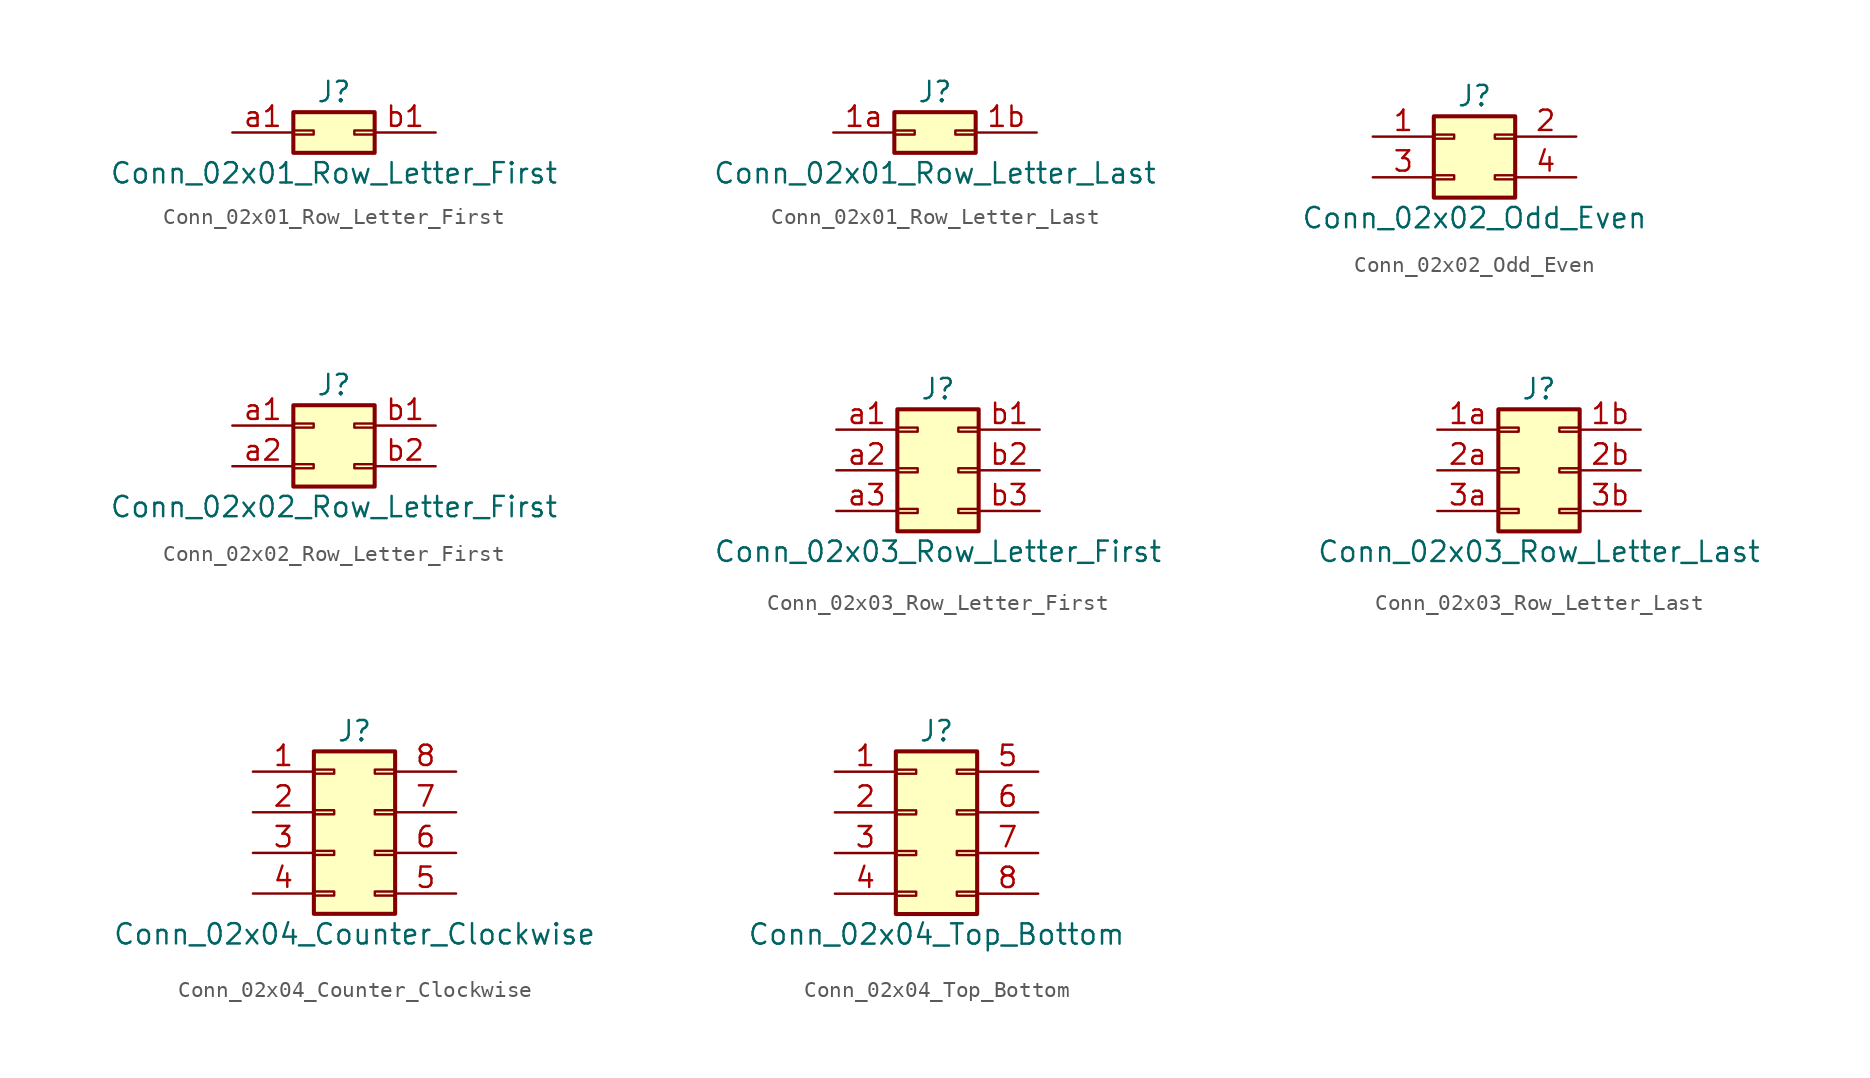
<source format=kicad_sym>
(kicad_symbol_lib
  (version 20201005)
  (generator kicad_symbol_editor)
  (symbol "Conn_02x01_Row_Letter_First"
    (pin_names
      (offset 1.016) hide)
    (property "Reference" "J"
      (at 1.27 2.54 0)
      (effects (font (size 1.27 1.27))))
    (property "Value" "Conn_02x01_Row_Letter_First"
      (at 1.27 -2.54 0)
      (effects (font (size 1.27 1.27))))
    (symbol "Conn_02x01_Row_Letter_First_1_1"
      (rectangle (start -1.27 0.127) (end 0 -0.127) (stroke (width 0.152)) (fill (type none)))
      (rectangle (start 3.81 0.127) (end 2.54 -0.127) (stroke (width 0.152)) (fill (type none)))
      (rectangle (start -1.27 1.27) (end 3.81 -1.27) (stroke (width 0.254)) (fill (type background)))
      (pin passive line (at -5.08 0 0) (length 3.81) (name "Pin_a1" (effects (font (size 1.27 1.27)))) (number "a1" (effects (font (size 1.27 1.27)))))
      (pin passive line (at 7.62 0 180) (length 3.81) (name "Pin_b1" (effects (font (size 1.27 1.27)))) (number "b1" (effects (font (size 1.27 1.27)))))))
  (symbol "Conn_02x01_Row_Letter_Last"
    (pin_names
      (offset 1.016) hide)
    (property "Reference" "J"
      (at 1.27 2.54 0)
      (effects (font (size 1.27 1.27))))
    (property "Value" "Conn_02x01_Row_Letter_Last"
      (at 1.27 -2.54 0)
      (effects (font (size 1.27 1.27))))
    (symbol "Conn_02x01_Row_Letter_Last_1_1"
      (rectangle (start -1.27 0.127) (end 0 -0.127) (stroke (width 0.152)) (fill (type none)))
      (rectangle (start 3.81 0.127) (end 2.54 -0.127) (stroke (width 0.152)) (fill (type none)))
      (rectangle (start -1.27 1.27) (end 3.81 -1.27) (stroke (width 0.254)) (fill (type background)))
      (pin passive line (at -5.08 0 0) (length 3.81) (name "Pin_1a" (effects (font (size 1.27 1.27)))) (number "1a" (effects (font (size 1.27 1.27)))))
      (pin passive line (at 7.62 0 180) (length 3.81) (name "Pin_1b" (effects (font (size 1.27 1.27)))) (number "1b" (effects (font (size 1.27 1.27)))))))
  (symbol "Conn_02x02_Odd_Even"
    (pin_names
      (offset 1.016) hide)
    (property "Reference" "J"
      (at 1.27 2.54 0)
      (effects (font (size 1.27 1.27))))
    (property "Value" "Conn_02x02_Odd_Even"
      (at 1.27 -5.08 0)
      (effects (font (size 1.27 1.27))))
    (symbol "Conn_02x02_Odd_Even_1_1"
      (rectangle (start -1.27 -2.413) (end 0 -2.667) (stroke (width 0.152)) (fill (type none)))
      (rectangle (start -1.27 0.127) (end 0 -0.127) (stroke (width 0.152)) (fill (type none)))
      (rectangle (start 3.81 -2.413) (end 2.54 -2.667) (stroke (width 0.152)) (fill (type none)))
      (rectangle (start 3.81 0.127) (end 2.54 -0.127) (stroke (width 0.152)) (fill (type none)))
      (rectangle (start -1.27 1.27) (end 3.81 -3.81) (stroke (width 0.254)) (fill (type background)))
      (pin passive line (at -5.08 0 0) (length 3.81) (name "Pin_1" (effects (font (size 1.27 1.27)))) (number "1" (effects (font (size 1.27 1.27)))))
      (pin passive line (at 7.62 0 180) (length 3.81) (name "Pin_2" (effects (font (size 1.27 1.27)))) (number "2" (effects (font (size 1.27 1.27)))))
      (pin passive line (at -5.08 -2.54 0) (length 3.81) (name "Pin_3" (effects (font (size 1.27 1.27)))) (number "3" (effects (font (size 1.27 1.27)))))
      (pin passive line (at 7.62 -2.54 180) (length 3.81) (name "Pin_4" (effects (font (size 1.27 1.27)))) (number "4" (effects (font (size 1.27 1.27)))))))
  (symbol "Conn_02x02_Row_Letter_First"
    (pin_names
      (offset 1.016) hide)
    (property "Reference" "J"
      (at 1.27 2.54 0)
      (effects (font (size 1.27 1.27))))
    (property "Value" "Conn_02x02_Row_Letter_First"
      (at 1.27 -5.08 0)
      (effects (font (size 1.27 1.27))))
    (symbol "Conn_02x02_Row_Letter_First_1_1"
      (rectangle (start -1.27 -2.413) (end 0 -2.667) (stroke (width 0.152)) (fill (type none)))
      (rectangle (start -1.27 0.127) (end 0 -0.127) (stroke (width 0.152)) (fill (type none)))
      (rectangle (start 3.81 -2.413) (end 2.54 -2.667) (stroke (width 0.152)) (fill (type none)))
      (rectangle (start 3.81 0.127) (end 2.54 -0.127) (stroke (width 0.152)) (fill (type none)))
      (rectangle (start -1.27 1.27) (end 3.81 -3.81) (stroke (width 0.254)) (fill (type background)))
      (pin passive line (at -5.08 0 0) (length 3.81) (name "Pin_a1" (effects (font (size 1.27 1.27)))) (number "a1" (effects (font (size 1.27 1.27)))))
      (pin passive line (at -5.08 -2.54 0) (length 3.81) (name "Pin_a2" (effects (font (size 1.27 1.27)))) (number "a2" (effects (font (size 1.27 1.27)))))
      (pin passive line (at 7.62 0 180) (length 3.81) (name "Pin_b1" (effects (font (size 1.27 1.27)))) (number "b1" (effects (font (size 1.27 1.27)))))
      (pin passive line (at 7.62 -2.54 180) (length 3.81) (name "Pin_b2" (effects (font (size 1.27 1.27)))) (number "b2" (effects (font (size 1.27 1.27)))))))
  (symbol "Conn_02x03_Row_Letter_First"
    (pin_names
      (offset 1.016) hide)
    (property "Reference" "J"
      (at 1.27 5.08 0)
      (effects (font (size 1.27 1.27))))
    (property "Value" "Conn_02x03_Row_Letter_First"
      (at 1.27 -5.08 0)
      (effects (font (size 1.27 1.27))))
    (symbol "Conn_02x03_Row_Letter_First_1_1"
      (rectangle (start -1.27 -2.413) (end 0 -2.667) (stroke (width 0.152)) (fill (type none)))
      (rectangle (start -1.27 0.127) (end 0 -0.127) (stroke (width 0.152)) (fill (type none)))
      (rectangle (start -1.27 2.667) (end 0 2.413) (stroke (width 0.152)) (fill (type none)))
      (rectangle (start 3.81 -2.413) (end 2.54 -2.667) (stroke (width 0.152)) (fill (type none)))
      (rectangle (start 3.81 0.127) (end 2.54 -0.127) (stroke (width 0.152)) (fill (type none)))
      (rectangle (start 3.81 2.667) (end 2.54 2.413) (stroke (width 0.152)) (fill (type none)))
      (rectangle (start -1.27 3.81) (end 3.81 -3.81) (stroke (width 0.254)) (fill (type background)))
      (pin passive line (at -5.08 2.54 0) (length 3.81) (name "Pin_a1" (effects (font (size 1.27 1.27)))) (number "a1" (effects (font (size 1.27 1.27)))))
      (pin passive line (at -5.08 0 0) (length 3.81) (name "Pin_a2" (effects (font (size 1.27 1.27)))) (number "a2" (effects (font (size 1.27 1.27)))))
      (pin passive line (at -5.08 -2.54 0) (length 3.81) (name "Pin_a3" (effects (font (size 1.27 1.27)))) (number "a3" (effects (font (size 1.27 1.27)))))
      (pin passive line (at 7.62 2.54 180) (length 3.81) (name "Pin_b1" (effects (font (size 1.27 1.27)))) (number "b1" (effects (font (size 1.27 1.27)))))
      (pin passive line (at 7.62 0 180) (length 3.81) (name "Pin_b2" (effects (font (size 1.27 1.27)))) (number "b2" (effects (font (size 1.27 1.27)))))
      (pin passive line (at 7.62 -2.54 180) (length 3.81) (name "Pin_b3" (effects (font (size 1.27 1.27)))) (number "b3" (effects (font (size 1.27 1.27)))))))
  (symbol "Conn_02x03_Row_Letter_Last"
    (pin_names
      (offset 1.016) hide)
    (property "Reference" "J"
      (at 1.27 5.08 0)
      (effects (font (size 1.27 1.27))))
    (property "Value" "Conn_02x03_Row_Letter_Last"
      (at 1.27 -5.08 0)
      (effects (font (size 1.27 1.27))))
    (symbol "Conn_02x03_Row_Letter_Last_1_1"
      (rectangle (start -1.27 -2.413) (end 0 -2.667) (stroke (width 0.152)) (fill (type none)))
      (rectangle (start -1.27 0.127) (end 0 -0.127) (stroke (width 0.152)) (fill (type none)))
      (rectangle (start -1.27 2.667) (end 0 2.413) (stroke (width 0.152)) (fill (type none)))
      (rectangle (start 3.81 -2.413) (end 2.54 -2.667) (stroke (width 0.152)) (fill (type none)))
      (rectangle (start 3.81 0.127) (end 2.54 -0.127) (stroke (width 0.152)) (fill (type none)))
      (rectangle (start 3.81 2.667) (end 2.54 2.413) (stroke (width 0.152)) (fill (type none)))
      (rectangle (start -1.27 3.81) (end 3.81 -3.81) (stroke (width 0.254)) (fill (type background)))
      (pin passive line (at -5.08 2.54 0) (length 3.81) (name "Pin_1a" (effects (font (size 1.27 1.27)))) (number "1a" (effects (font (size 1.27 1.27)))))
      (pin passive line (at 7.62 2.54 180) (length 3.81) (name "Pin_1b" (effects (font (size 1.27 1.27)))) (number "1b" (effects (font (size 1.27 1.27)))))
      (pin passive line (at -5.08 0 0) (length 3.81) (name "Pin_2a" (effects (font (size 1.27 1.27)))) (number "2a" (effects (font (size 1.27 1.27)))))
      (pin passive line (at 7.62 0 180) (length 3.81) (name "Pin_2b" (effects (font (size 1.27 1.27)))) (number "2b" (effects (font (size 1.27 1.27)))))
      (pin passive line (at -5.08 -2.54 0) (length 3.81) (name "Pin_3a" (effects (font (size 1.27 1.27)))) (number "3a" (effects (font (size 1.27 1.27)))))
      (pin passive line (at 7.62 -2.54 180) (length 3.81) (name "Pin_3b" (effects (font (size 1.27 1.27)))) (number "3b" (effects (font (size 1.27 1.27)))))))
  (symbol "Conn_02x04_Counter_Clockwise"
    (pin_names
      (offset 1.016) hide)
    (property "Reference" "J"
      (at 1.27 5.08 0)
      (effects (font (size 1.27 1.27))))
    (property "Value" "Conn_02x04_Counter_Clockwise"
      (at 1.27 -7.62 0)
      (effects (font (size 1.27 1.27))))
    (symbol "Conn_02x04_Counter_Clockwise_1_1"
      (rectangle (start -1.27 -4.953) (end 0 -5.207) (stroke (width 0.152)) (fill (type none)))
      (rectangle (start -1.27 -2.413) (end 0 -2.667) (stroke (width 0.152)) (fill (type none)))
      (rectangle (start -1.27 0.127) (end 0 -0.127) (stroke (width 0.152)) (fill (type none)))
      (rectangle (start -1.27 2.667) (end 0 2.413) (stroke (width 0.152)) (fill (type none)))
      (rectangle (start 3.81 -4.953) (end 2.54 -5.207) (stroke (width 0.152)) (fill (type none)))
      (rectangle (start 3.81 -2.413) (end 2.54 -2.667) (stroke (width 0.152)) (fill (type none)))
      (rectangle (start 3.81 0.127) (end 2.54 -0.127) (stroke (width 0.152)) (fill (type none)))
      (rectangle (start 3.81 2.667) (end 2.54 2.413) (stroke (width 0.152)) (fill (type none)))
      (rectangle (start -1.27 3.81) (end 3.81 -6.35) (stroke (width 0.254)) (fill (type background)))
      (pin passive line (at -5.08 2.54 0) (length 3.81) (name "Pin_1" (effects (font (size 1.27 1.27)))) (number "1" (effects (font (size 1.27 1.27)))))
      (pin passive line (at -5.08 0 0) (length 3.81) (name "Pin_2" (effects (font (size 1.27 1.27)))) (number "2" (effects (font (size 1.27 1.27)))))
      (pin passive line (at -5.08 -2.54 0) (length 3.81) (name "Pin_3" (effects (font (size 1.27 1.27)))) (number "3" (effects (font (size 1.27 1.27)))))
      (pin passive line (at -5.08 -5.08 0) (length 3.81) (name "Pin_4" (effects (font (size 1.27 1.27)))) (number "4" (effects (font (size 1.27 1.27)))))
      (pin passive line (at 7.62 -5.08 180) (length 3.81) (name "Pin_5" (effects (font (size 1.27 1.27)))) (number "5" (effects (font (size 1.27 1.27)))))
      (pin passive line (at 7.62 -2.54 180) (length 3.81) (name "Pin_6" (effects (font (size 1.27 1.27)))) (number "6" (effects (font (size 1.27 1.27)))))
      (pin passive line (at 7.62 0 180) (length 3.81) (name "Pin_7" (effects (font (size 1.27 1.27)))) (number "7" (effects (font (size 1.27 1.27)))))
      (pin passive line (at 7.62 2.54 180) (length 3.81) (name "Pin_8" (effects (font (size 1.27 1.27)))) (number "8" (effects (font (size 1.27 1.27)))))))
  (symbol "Conn_02x04_Top_Bottom"
    (pin_names
      (offset 1.016) hide)
    (property "Reference" "J"
      (at 1.27 5.08 0)
      (effects (font (size 1.27 1.27))))
    (property "Value" "Conn_02x04_Top_Bottom"
      (at 1.27 -7.62 0)
      (effects (font (size 1.27 1.27))))
    (symbol "Conn_02x04_Top_Bottom_1_1"
      (rectangle (start -1.27 -4.953) (end 0 -5.207) (stroke (width 0.152)) (fill (type none)))
      (rectangle (start -1.27 -2.413) (end 0 -2.667) (stroke (width 0.152)) (fill (type none)))
      (rectangle (start -1.27 0.127) (end 0 -0.127) (stroke (width 0.152)) (fill (type none)))
      (rectangle (start -1.27 2.667) (end 0 2.413) (stroke (width 0.152)) (fill (type none)))
      (rectangle (start 3.81 -4.953) (end 2.54 -5.207) (stroke (width 0.152)) (fill (type none)))
      (rectangle (start 3.81 -2.413) (end 2.54 -2.667) (stroke (width 0.152)) (fill (type none)))
      (rectangle (start 3.81 0.127) (end 2.54 -0.127) (stroke (width 0.152)) (fill (type none)))
      (rectangle (start 3.81 2.667) (end 2.54 2.413) (stroke (width 0.152)) (fill (type none)))
      (rectangle (start -1.27 3.81) (end 3.81 -6.35) (stroke (width 0.254)) (fill (type background)))
      (pin passive line (at -5.08 2.54 0) (length 3.81) (name "Pin_1" (effects (font (size 1.27 1.27)))) (number "1" (effects (font (size 1.27 1.27)))))
      (pin passive line (at -5.08 0 0) (length 3.81) (name "Pin_2" (effects (font (size 1.27 1.27)))) (number "2" (effects (font (size 1.27 1.27)))))
      (pin passive line (at -5.08 -2.54 0) (length 3.81) (name "Pin_3" (effects (font (size 1.27 1.27)))) (number "3" (effects (font (size 1.27 1.27)))))
      (pin passive line (at -5.08 -5.08 0) (length 3.81) (name "Pin_4" (effects (font (size 1.27 1.27)))) (number "4" (effects (font (size 1.27 1.27)))))
      (pin passive line (at 7.62 2.54 180) (length 3.81) (name "Pin_5" (effects (font (size 1.27 1.27)))) (number "5" (effects (font (size 1.27 1.27)))))
      (pin passive line (at 7.62 0 180) (length 3.81) (name "Pin_6" (effects (font (size 1.27 1.27)))) (number "6" (effects (font (size 1.27 1.27)))))
      (pin passive line (at 7.62 -2.54 180) (length 3.81) (name "Pin_7" (effects (font (size 1.27 1.27)))) (number "7" (effects (font (size 1.27 1.27)))))
      (pin passive line (at 7.62 -5.08 180) (length 3.81) (name "Pin_8" (effects (font (size 1.27 1.27)))) (number "8" (effects (font (size 1.27 1.27))))))))
</source>
